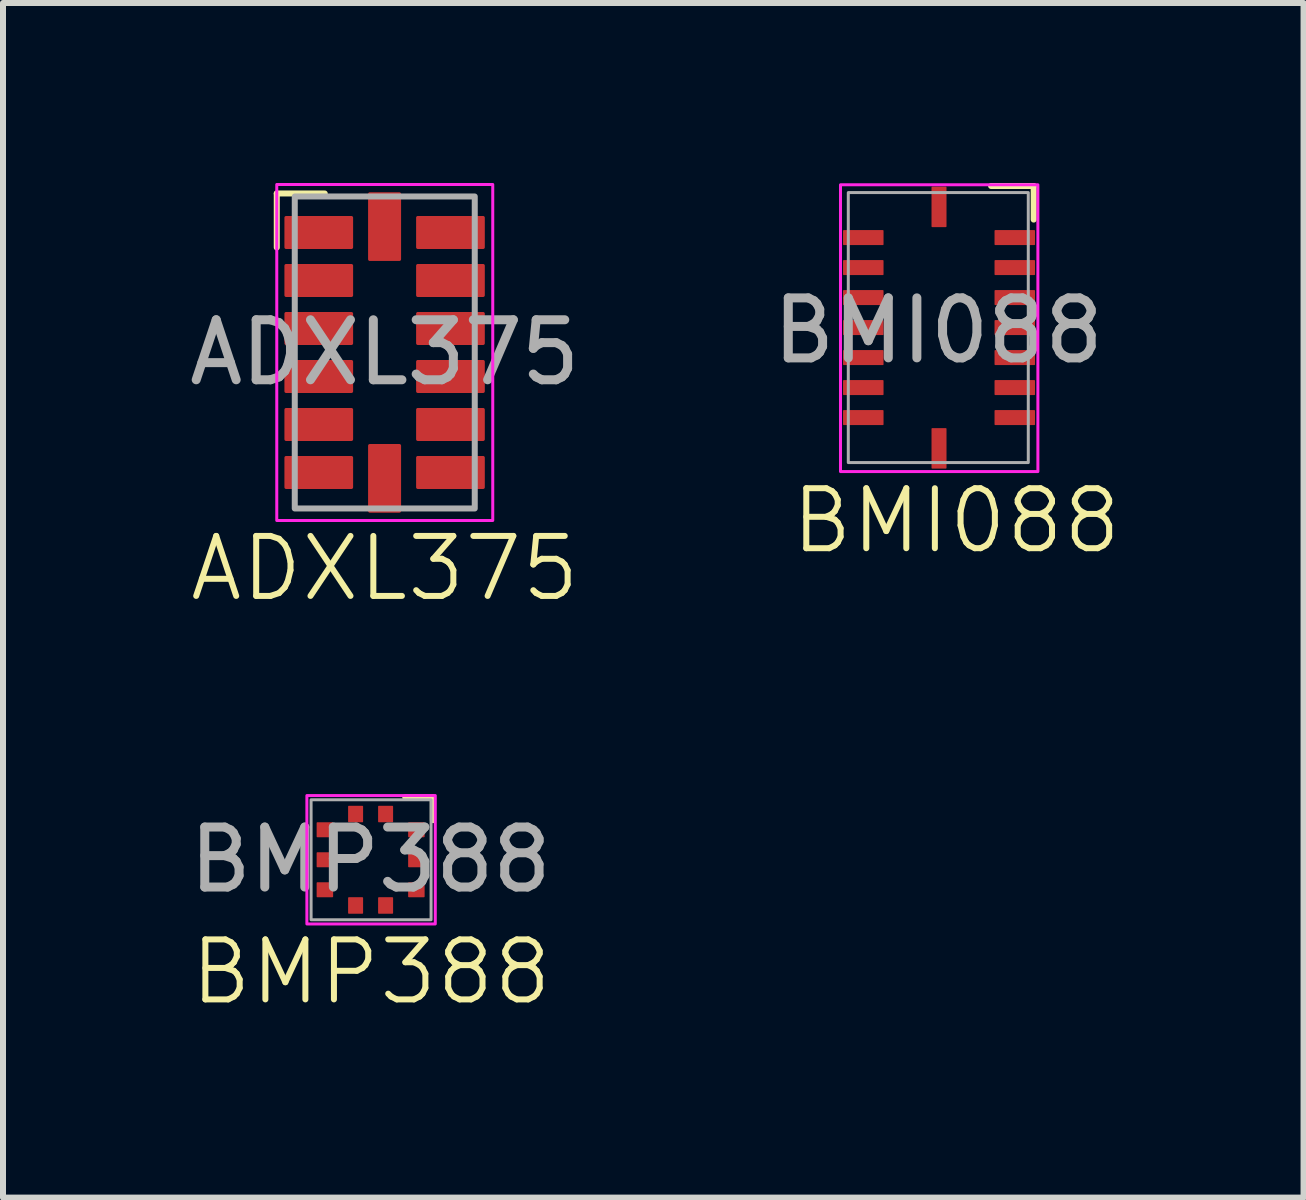
<source format=kicad_pcb>
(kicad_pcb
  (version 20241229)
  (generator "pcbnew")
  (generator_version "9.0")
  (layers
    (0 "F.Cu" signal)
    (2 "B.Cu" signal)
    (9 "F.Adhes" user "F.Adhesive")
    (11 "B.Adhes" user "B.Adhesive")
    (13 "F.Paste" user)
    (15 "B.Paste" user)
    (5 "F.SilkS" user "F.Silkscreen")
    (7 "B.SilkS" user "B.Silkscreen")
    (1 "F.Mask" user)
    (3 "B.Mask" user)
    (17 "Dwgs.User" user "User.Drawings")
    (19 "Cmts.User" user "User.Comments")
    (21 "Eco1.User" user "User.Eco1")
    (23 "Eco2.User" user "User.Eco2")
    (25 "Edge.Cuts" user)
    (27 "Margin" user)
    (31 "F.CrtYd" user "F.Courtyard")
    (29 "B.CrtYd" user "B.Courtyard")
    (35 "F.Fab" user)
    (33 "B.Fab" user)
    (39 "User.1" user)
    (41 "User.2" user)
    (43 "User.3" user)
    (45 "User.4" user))
  (footprint "ADXL375"
    (layer "F.Cu")
    (at 3.363 2.825)
    (property "Reference" "ADXL375" (at 0 3.6 0) (unlocked yes) (layer "F.SilkS") (effects (font (size 1 1) (thickness 0.1))))
    (attr smd)
    (fp_line (start -1.8 -2.65) (end -1 -2.65) (stroke (width 0.1) (type default)) (layer "F.SilkS"))
    (fp_line (start -1.8 -1.75) (end -1.8 -2.65) (stroke (width 0.1) (type default)) (layer "F.SilkS"))
    (fp_rect (start -1.8 -2.8) (end 1.8 2.8) (stroke (width 0.05) (type default)) (fill no) (layer "F.CrtYd"))
    (fp_rect (start -1.5 -2.6) (end 1.5 2.6) (stroke (width 0.1) (type default)) (fill no) (layer "F.Fab"))
    (fp_text user "${REFERENCE}" (at 0 0 0) (unlocked yes) (layer "F.Fab") (effects (font (size 1 1) (thickness 0.15))))
    (pad "1" smd roundrect (at -1.1 -2) (size 1.145 0.55) (layers "F.Cu" "F.Mask" "F.Paste") (roundrect_rratio 0.05))
    (pad "2" smd roundrect (at -1.1 -1.2) (size 1.145 0.55) (layers "F.Cu" "F.Mask" "F.Paste") (roundrect_rratio 0.05))
    (pad "3" smd roundrect (at -1.1 -0.4) (size 1.145 0.55) (layers "F.Cu" "F.Mask" "F.Paste") (roundrect_rratio 0.05))
    (pad "4" smd roundrect (at -1.1 0.4) (size 1.145 0.55) (layers "F.Cu" "F.Mask" "F.Paste") (roundrect_rratio 0.05))
    (pad "5" smd roundrect (at -1.1 1.2) (size 1.145 0.55) (layers "F.Cu" "F.Mask" "F.Paste") (roundrect_rratio 0.05))
    (pad "6" smd roundrect (at -1.1 2) (size 1.145 0.55) (layers "F.Cu" "F.Mask" "F.Paste") (roundrect_rratio 0.05))
    (pad "7" smd roundrect (at -0.003 2.098) (size 0.55 1.145) (layers "F.Cu" "F.Mask" "F.Paste") (roundrect_rratio 0.05))
    (pad "8" smd roundrect (at 1.095 2) (size 1.145 0.55) (layers "F.Cu" "F.Mask" "F.Paste") (roundrect_rratio 0.05))
    (pad "9" smd roundrect (at 1.095 1.2) (size 1.145 0.55) (layers "F.Cu" "F.Mask" "F.Paste") (roundrect_rratio 0.05))
    (pad "10" smd roundrect (at 1.095 0.4) (size 1.145 0.55) (layers "F.Cu" "F.Mask" "F.Paste") (roundrect_rratio 0.05))
    (pad "11" smd roundrect (at 1.095 -0.4) (size 1.145 0.55) (layers "F.Cu" "F.Mask" "F.Paste") (roundrect_rratio 0.05))
    (pad "12" smd roundrect (at 1.095 -1.2) (size 1.145 0.55) (layers "F.Cu" "F.Mask" "F.Paste") (roundrect_rratio 0.05))
    (pad "13" smd roundrect (at 1.095 -2) (size 1.145 0.55) (layers "F.Cu" "F.Mask" "F.Paste") (roundrect_rratio 0.05))
    (pad "14" smd roundrect (at -0.003 -2.098) (size 0.55 1.145) (layers "F.Cu" "F.Mask" "F.Paste") (roundrect_rratio 0.05)))
  (footprint "BMP388"
    (layer "F.Cu")
    (at 3.14 11.28)
    (property "Reference" "BMP388" (at -0.005 1.87 0) (unlocked yes) (layer "F.SilkS") (effects (font (size 1 1) (thickness 0.1))))
    (attr smd)
    (fp_line (start 0.565 -1.04) (end 1.025 -1.04) (stroke (width 0.1) (type default)) (layer "F.SilkS"))
    (fp_line (start 1.025 -1.04) (end 1.025 -0.66) (stroke (width 0.1) (type default)) (layer "F.SilkS"))
    (fp_rect (start -1.075 -1.07) (end 1.065 1.07) (stroke (width 0.05) (type default)) (fill no) (layer "F.CrtYd"))
    (fp_rect (start -1.005 -1) (end 0.995 1) (stroke (width 0.05) (type default)) (fill no) (layer "F.Fab"))
    (fp_text user "${REFERENCE}" (at -0.015 0 0) (unlocked yes) (layer "F.Fab") (effects (font (size 1 1) (thickness 0.15))))
    (pad "1" smd roundrect (at 0.237 -0.762) (size 0.25 0.275) (layers "F.Cu" "F.Mask" "F.Paste") (roundrect_rratio 0.05))
    (pad "2" smd roundrect (at -0.263 -0.762) (size 0.25 0.275) (layers "F.Cu" "F.Mask" "F.Paste") (roundrect_rratio 0.05))
    (pad "3" smd roundrect (at -0.775 -0.5) (size 0.275 0.25) (layers "F.Cu" "F.Mask" "F.Paste") (roundrect_rratio 0.05))
    (pad "4" smd roundrect (at -0.775 0) (size 0.275 0.25) (layers "F.Cu" "F.Mask" "F.Paste") (roundrect_rratio 0.05))
    (pad "5" smd roundrect (at -0.775 0.5) (size 0.275 0.25) (layers "F.Cu" "F.Mask" "F.Paste") (roundrect_rratio 0.05))
    (pad "6" smd roundrect (at -0.263 0.762) (size 0.25 0.275) (layers "F.Cu" "F.Mask" "F.Paste") (roundrect_rratio 0.05))
    (pad "7" smd roundrect (at 0.237 0.762) (size 0.25 0.275) (layers "F.Cu" "F.Mask" "F.Paste") (roundrect_rratio 0.05))
    (pad "8" smd roundrect (at 0.75 0.5) (size 0.275 0.25) (layers "F.Cu" "F.Mask" "F.Paste") (roundrect_rratio 0.05))
    (pad "9" smd roundrect (at 0.75 0) (size 0.275 0.25) (layers "F.Cu" "F.Mask" "F.Paste") (roundrect_rratio 0.05))
    (pad "10" smd roundrect (at 0.75 -0.5) (size 0.275 0.25) (layers "F.Cu" "F.Mask" "F.Paste") (roundrect_rratio 0.05)))
  (footprint "BMI088"
    (layer "F.Cu")
    (at 11.339 0.91)
    (property "Reference" "BMI088" (at 1.55 4.72 0) (unlocked yes) (layer "F.SilkS") (effects (font (size 1 1) (thickness 0.1))))
    (attr smd)
    (fp_line (start 2.13 -0.86) (end 2.84 -0.86) (stroke (width 0.1) (type default)) (layer "F.SilkS"))
    (fp_line (start 2.84 -0.86) (end 2.84 -0.3) (stroke (width 0.1) (type default)) (layer "F.SilkS"))
    (fp_rect (start -0.38 -0.88) (end 2.91 3.9) (stroke (width 0.05) (type default)) (fill no) (layer "F.CrtYd"))
    (fp_rect (start -0.25 -0.75) (end 2.75 3.75) (stroke (width 0.05) (type default)) (fill no) (layer "F.Fab"))
    (fp_text user "${REFERENCE}" (at 1.25 1.55 0) (unlocked yes) (layer "F.Fab") (effects (font (size 1 1) (thickness 0.15))))
    (pad "1" smd roundrect (at 2.525 0) (size 0.675 0.25) (layers "F.Cu" "F.Mask" "F.Paste") (roundrect_rratio 0.05))
    (pad "2" smd roundrect (at 2.525 0.5) (size 0.675 0.25) (layers "F.Cu" "F.Mask" "F.Paste") (roundrect_rratio 0.05))
    (pad "3" smd roundrect (at 2.525 1) (size 0.675 0.25) (layers "F.Cu" "F.Mask" "F.Paste") (roundrect_rratio 0.05))
    (pad "4" smd roundrect (at 2.525 1.5) (size 0.675 0.25) (layers "F.Cu" "F.Mask" "F.Paste") (roundrect_rratio 0.05))
    (pad "5" smd roundrect (at 2.525 2) (size 0.675 0.25) (layers "F.Cu" "F.Mask" "F.Paste") (roundrect_rratio 0.05))
    (pad "6" smd roundrect (at 2.525 2.5) (size 0.675 0.25) (layers "F.Cu" "F.Mask" "F.Paste") (roundrect_rratio 0.05))
    (pad "7" smd roundrect (at 2.525 3) (size 0.675 0.25) (layers "F.Cu" "F.Mask" "F.Paste") (roundrect_rratio 0.05))
    (pad "8" smd roundrect (at 1.262 3.513) (size 0.25 0.675) (layers "F.Cu" "F.Mask" "F.Paste") (roundrect_rratio 0.05))
    (pad "9" smd roundrect (at 0 3) (size 0.675 0.25) (layers "F.Cu" "F.Mask" "F.Paste") (roundrect_rratio 0.05))
    (pad "10" smd roundrect (at 0 2.5) (size 0.675 0.25) (layers "F.Cu" "F.Mask" "F.Paste") (roundrect_rratio 0.05))
    (pad "11" smd roundrect (at 0 2) (size 0.675 0.25) (layers "F.Cu" "F.Mask" "F.Paste") (roundrect_rratio 0.05))
    (pad "12" smd roundrect (at 0 1.5) (size 0.675 0.25) (layers "F.Cu" "F.Mask" "F.Paste") (roundrect_rratio 0.05))
    (pad "13" smd roundrect (at 0 1) (size 0.675 0.25) (layers "F.Cu" "F.Mask" "F.Paste") (roundrect_rratio 0.05))
    (pad "14" smd roundrect (at 0 0.5) (size 0.675 0.25) (layers "F.Cu" "F.Mask" "F.Paste") (roundrect_rratio 0.05))
    (pad "15" smd roundrect (at 0 0) (size 0.675 0.25) (layers "F.Cu" "F.Mask" "F.Paste") (roundrect_rratio 0.05))
    (pad "16" smd roundrect (at 1.262 -0.512) (size 0.25 0.675) (layers "F.Cu" "F.Mask" "F.Paste") (roundrect_rratio 0.05)))
  (gr_rect
    (start -3 -3)
    (end 18.677 16.911)
    (stroke (width 0.1) (type default))
    (fill no)
    (layer "Edge.Cuts")))
</source>
